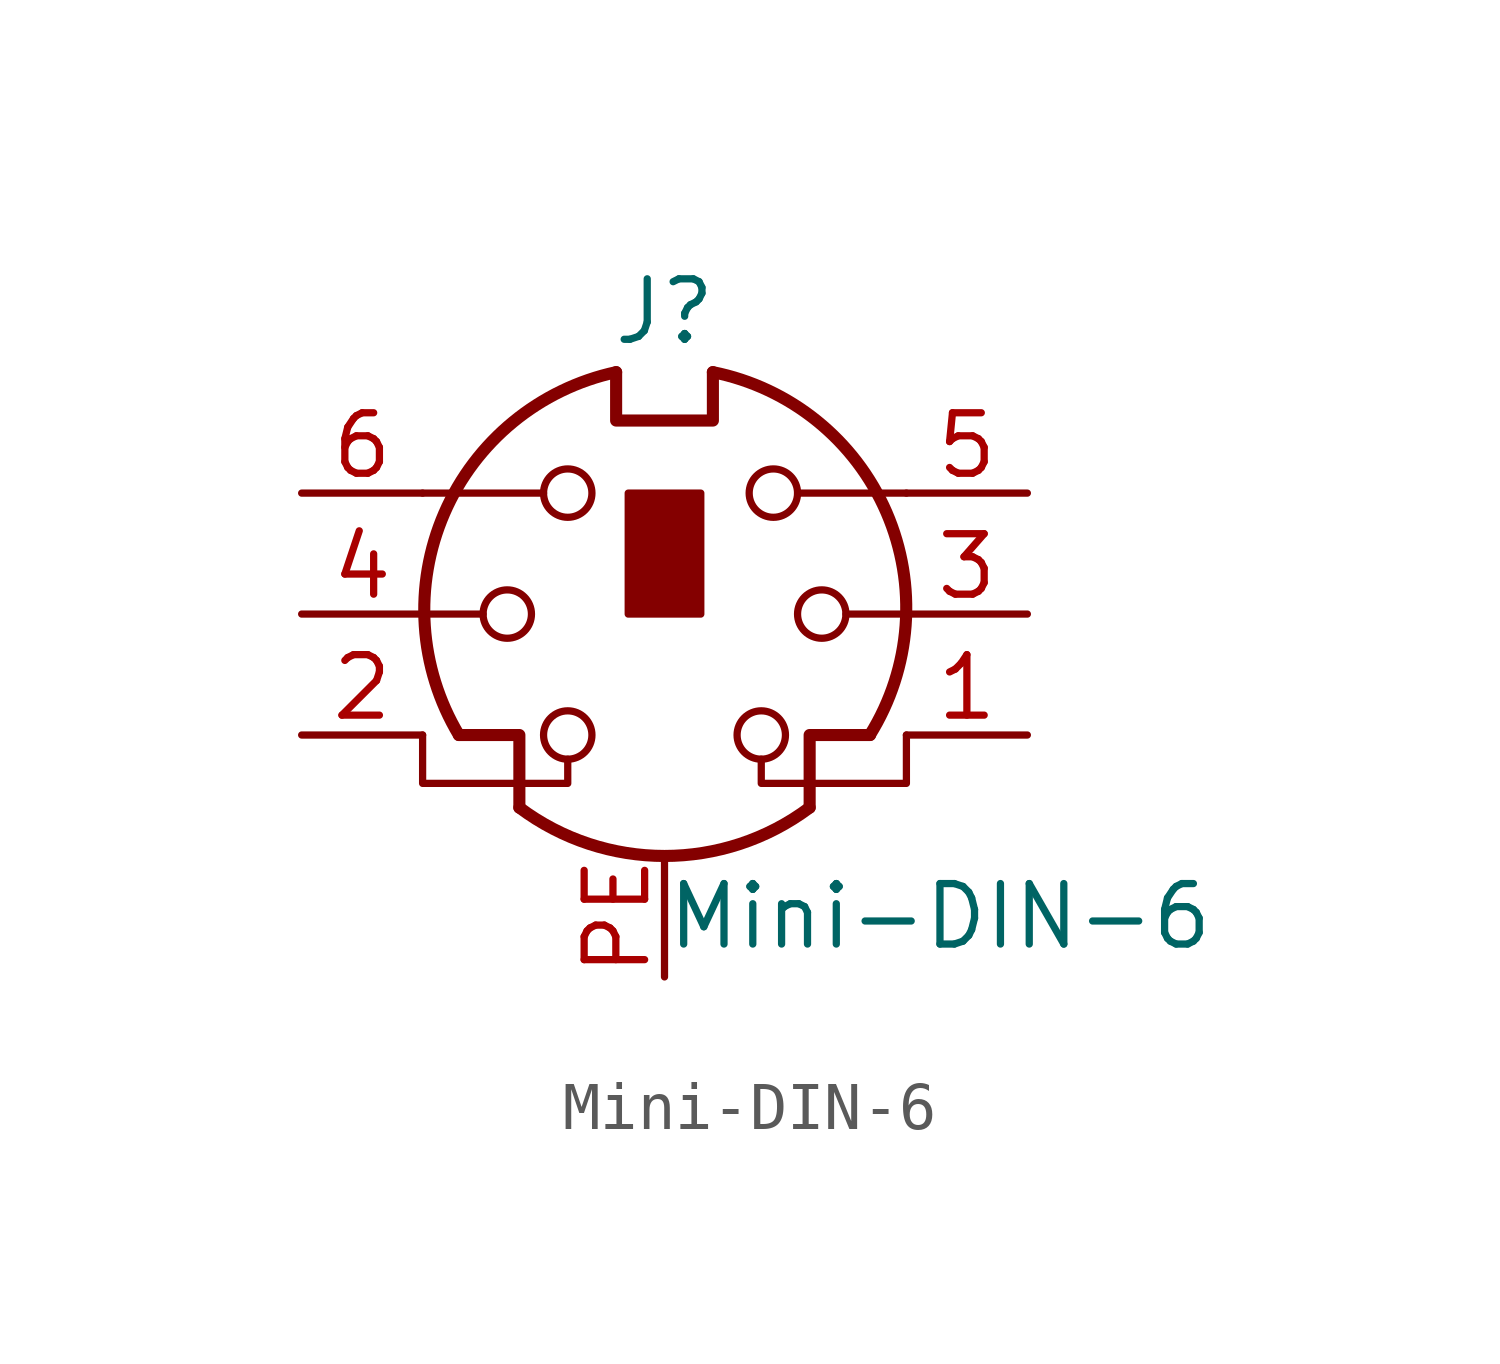
<source format=kicad_sym>
(kicad_symbol_lib
  (version 20211014)
  (generator kicad_symbol_editor)
  (symbol "Mini-DIN-6"
    (pin_names
      (offset 1.016))
    (property "Reference" "J"
      (at 0 6.35 0)
      (effects (font (size 1.27 1.27))))
    (property "Value" "Mini-DIN-6"
      (at 0 -6.35 0)
      (effects (font (size 1.27 1.27)) (justify left)))
    (symbol "Mini-DIN-6_0_1"
      (circle (center -3.302 0) (radius 0.508) (stroke (width 0) (type default) (color 0 0 0 0)) (fill (type none)))
      (arc (start -3.048 -4.064) (mid 0 -5.08) (end 3.048 -4.064) (stroke (width 0.254) (type default) (color 0 0 0 0)) (fill (type none)))
      (circle (center -2.032 -2.54) (radius 0.508) (stroke (width 0) (type default) (color 0 0 0 0)) (fill (type none)))
      (circle (center -2.032 2.54) (radius 0.508) (stroke (width 0) (type default) (color 0 0 0 0)) (fill (type none)))
      (arc (start -1.016 5.08) (mid -4.6243 2.1182) (end -4.318 -2.54) (stroke (width 0.254) (type default) (color 0 0 0 0)) (fill (type none)))
      (rectangle (start -0.762 2.54) (end 0.762 0) (stroke (width 0) (type default) (color 0 0 0 0)) (fill (type outline)))
      (polyline (pts (xy -3.81 0) (xy -5.08 0)) (stroke (width 0) (type default) (color 0 0 0 0)) (fill (type none)))
      (polyline (pts (xy -2.54 2.54) (xy -5.08 2.54)) (stroke (width 0) (type default) (color 0 0 0 0)) (fill (type none)))
      (polyline (pts (xy 2.794 2.54) (xy 5.08 2.54)) (stroke (width 0) (type default) (color 0 0 0 0)) (fill (type none)))
      (polyline (pts (xy 5.08 0) (xy 3.81 0)) (stroke (width 0) (type default) (color 0 0 0 0)) (fill (type none)))
      (polyline (pts (xy -4.318 -2.54) (xy -3.048 -2.54) (xy -3.048 -4.064)) (stroke (width 0.254) (type default) (color 0 0 0 0)) (fill (type none)))
      (polyline (pts (xy 4.318 -2.54) (xy 3.048 -2.54) (xy 3.048 -4.064)) (stroke (width 0.254) (type default) (color 0 0 0 0)) (fill (type none)))
      (polyline (pts (xy -2.032 -3.048) (xy -2.032 -3.556) (xy -5.08 -3.556) (xy -5.08 -2.54)) (stroke (width 0) (type default) (color 0 0 0 0)) (fill (type none)))
      (polyline (pts (xy -1.016 5.08) (xy -1.016 4.064) (xy 1.016 4.064) (xy 1.016 5.08)) (stroke (width 0.254) (type default) (color 0 0 0 0)) (fill (type none)))
      (polyline (pts (xy 2.032 -3.048) (xy 2.032 -3.556) (xy 5.08 -3.556) (xy 5.08 -2.54)) (stroke (width 0) (type default) (color 0 0 0 0)) (fill (type none)))
      (circle (center 2.032 -2.54) (radius 0.508) (stroke (width 0) (type default) (color 0 0 0 0)) (fill (type none)))
      (circle (center 2.286 2.54) (radius 0.508) (stroke (width 0) (type default) (color 0 0 0 0)) (fill (type none)))
      (circle (center 3.302 0) (radius 0.508) (stroke (width 0) (type default) (color 0 0 0 0)) (fill (type none)))
      (arc (start 4.318 -2.54) (mid 4.6646 2.1357) (end 1.016 5.08) (stroke (width 0.254) (type default) (color 0 0 0 0)) (fill (type none))))
    (symbol "Mini-DIN-6_1_1"
      (pin passive line (at 7.62 -2.54 180) (length 2.54) (name "~" (effects (font (size 1.27 1.27)))) (number "1" (effects (font (size 1.27 1.27)))))
      (pin passive line (at -7.62 -2.54 0) (length 2.54) (name "~" (effects (font (size 1.27 1.27)))) (number "2" (effects (font (size 1.27 1.27)))))
      (pin passive line (at 7.62 0 180) (length 2.54) (name "~" (effects (font (size 1.27 1.27)))) (number "3" (effects (font (size 1.27 1.27)))))
      (pin passive line (at -7.62 0 0) (length 2.54) (name "~" (effects (font (size 1.27 1.27)))) (number "4" (effects (font (size 1.27 1.27)))))
      (pin passive line (at 7.62 2.54 180) (length 2.54) (name "~" (effects (font (size 1.27 1.27)))) (number "5" (effects (font (size 1.27 1.27)))))
      (pin passive line (at -7.62 2.54 0) (length 2.54) (name "~" (effects (font (size 1.27 1.27)))) (number "6" (effects (font (size 1.27 1.27)))))
      (pin power_in line (at 0 -7.62 90) (length 2.54) (name "~" (effects (font (size 1.27 1.27)))) (number "PE" (effects (font (size 1.27 1.27))))))))
</source>
